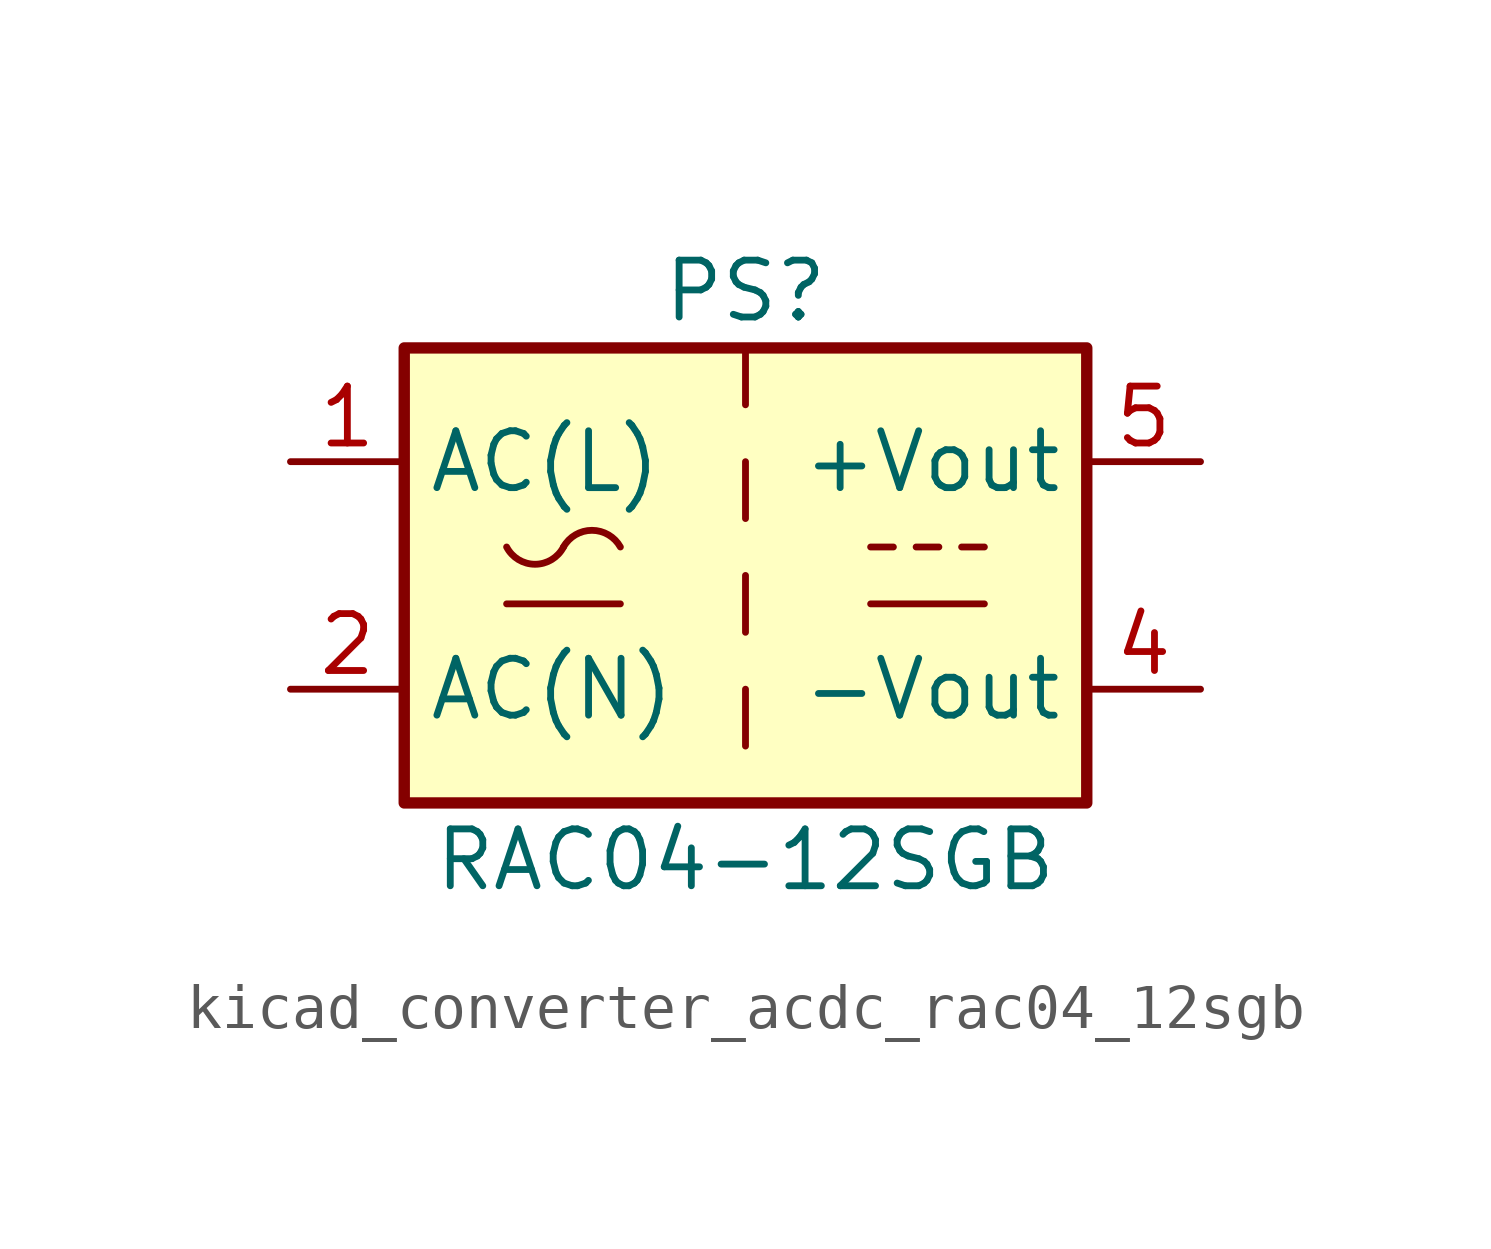
<source format=kicad_sym>
(kicad_symbol_lib
  (version 20220914)
  (generator kicad_symbol_editor)
  (symbol "kicad_converter_acdc_rac04_12sgb"
    (property "Reference" "PS"
      (at 0 6.35 0)
      (effects (font (size 1.27 1.27))))
    (property "Value" "RAC04-12SGB"
      (at 0 -6.35 0)
      (effects (font (size 1.27 1.27))))
    (symbol "kicad_converter_acdc_rac04_12sgb_1_1"
      (rectangle (start -7.62 5.08) (end 7.62 -5.08) (stroke (width 0.254) (type default)) (fill (type background)))
      (arc (start -5.334 0.635) (mid -4.699 0.2495) (end -4.064 0.635) (stroke (width 0) (type default)) (fill (type none)))
      (arc (start -2.794 0.635) (mid -3.429 1.0072) (end -4.064 0.635) (stroke (width 0) (type default)) (fill (type none)))
      (polyline (pts (xy -5.334 -0.635) (xy -2.794 -0.635)) (stroke (width 0) (type default)) (fill (type none)))
      (polyline (pts (xy 0 -2.54) (xy 0 -3.81)) (stroke (width 0) (type default)) (fill (type none)))
      (polyline (pts (xy 0 0) (xy 0 -1.27)) (stroke (width 0) (type default)) (fill (type none)))
      (polyline (pts (xy 0 2.54) (xy 0 1.27)) (stroke (width 0) (type default)) (fill (type none)))
      (polyline (pts (xy 0 5.08) (xy 0 3.81)) (stroke (width 0) (type default)) (fill (type none)))
      (polyline (pts (xy 2.794 -0.635) (xy 5.334 -0.635)) (stroke (width 0) (type default)) (fill (type none)))
      (polyline (pts (xy 2.794 0.635) (xy 3.302 0.635)) (stroke (width 0) (type default)) (fill (type none)))
      (polyline (pts (xy 3.81 0.635) (xy 4.318 0.635)) (stroke (width 0) (type default)) (fill (type none)))
      (polyline (pts (xy 4.826 0.635) (xy 5.334 0.635)) (stroke (width 0) (type default)) (fill (type none)))
      (pin power_in line (at -10.16 2.54 0) (length 2.54) (name "AC(L)" (effects (font (size 1.27 1.27)))) (number "1" (effects (font (size 1.27 1.27)))))
      (pin power_in line (at -10.16 -2.54 0) (length 2.54) (name "AC(N)" (effects (font (size 1.27 1.27)))) (number "2" (effects (font (size 1.27 1.27)))))
      (pin no_connect line (at 7.62 0 180) (length 2.54) hide (name "NC" (effects (font (size 1.27 1.27)))) (number "3" (effects (font (size 1.27 1.27)))))
      (pin power_out line (at 10.16 -2.54 180) (length 2.54) (name "-Vout" (effects (font (size 1.27 1.27)))) (number "4" (effects (font (size 1.27 1.27)))))
      (pin power_out line (at 10.16 2.54 180) (length 2.54) (name "+Vout" (effects (font (size 1.27 1.27)))) (number "5" (effects (font (size 1.27 1.27))))))))
</source>
